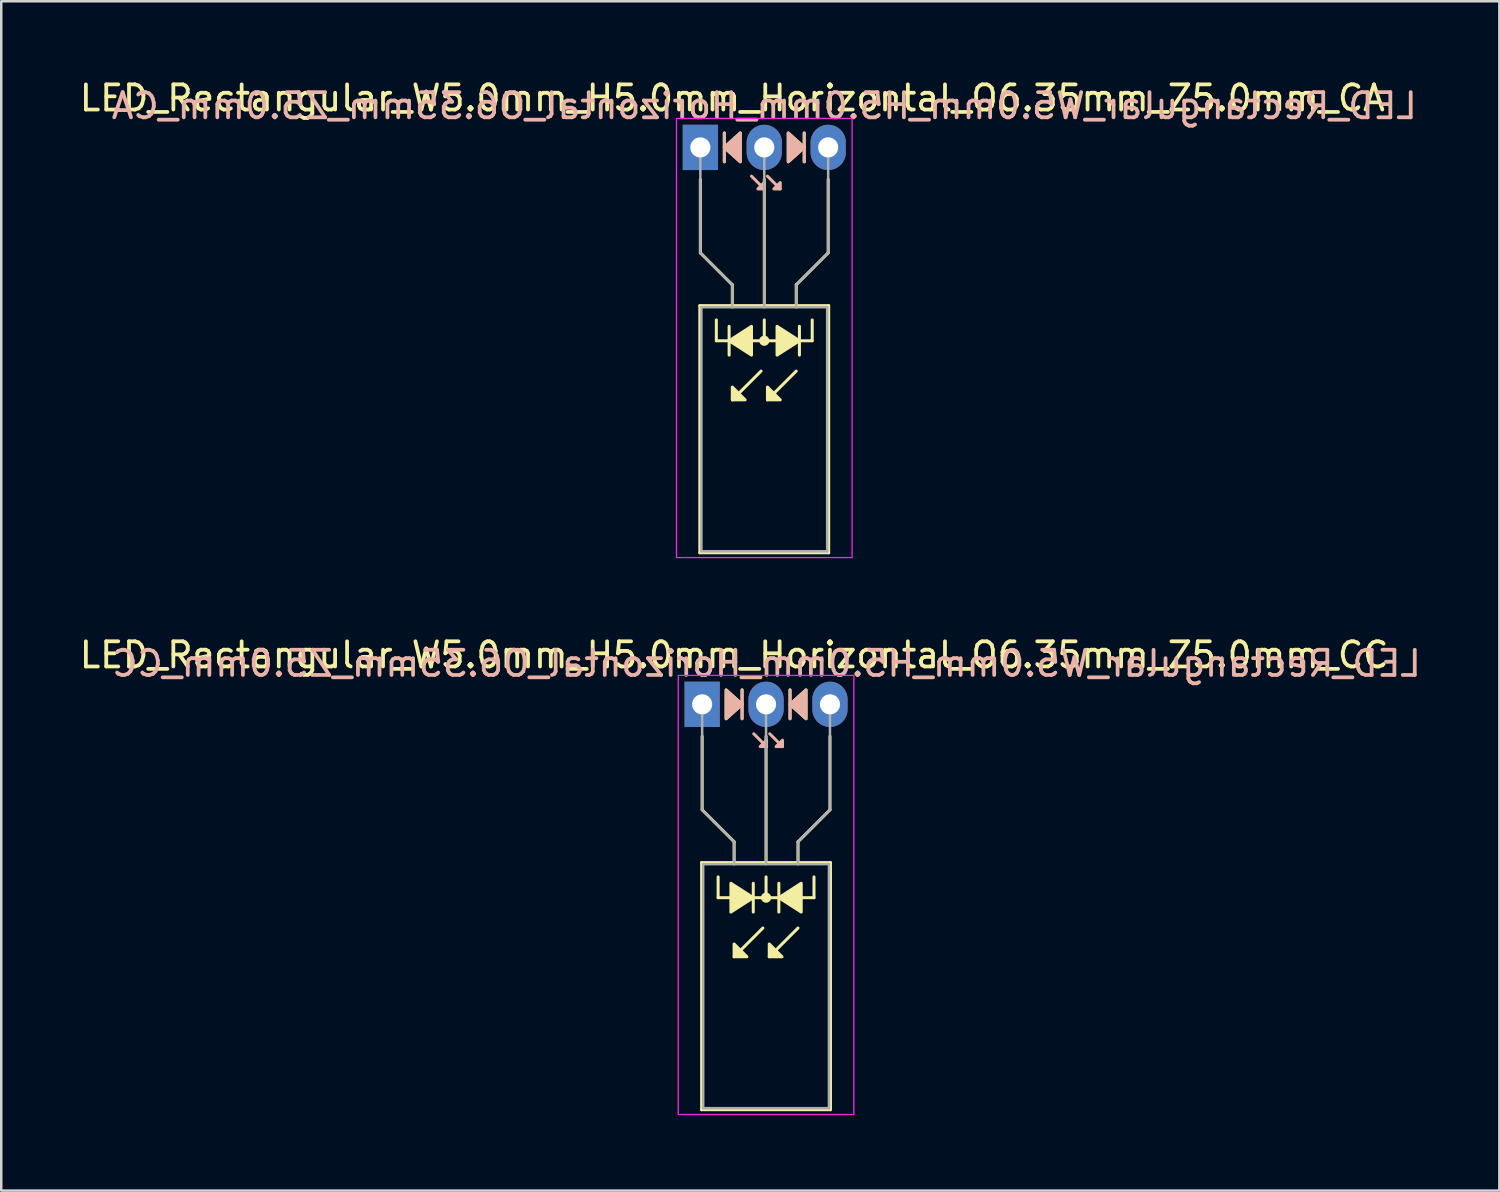
<source format=kicad_pcb>
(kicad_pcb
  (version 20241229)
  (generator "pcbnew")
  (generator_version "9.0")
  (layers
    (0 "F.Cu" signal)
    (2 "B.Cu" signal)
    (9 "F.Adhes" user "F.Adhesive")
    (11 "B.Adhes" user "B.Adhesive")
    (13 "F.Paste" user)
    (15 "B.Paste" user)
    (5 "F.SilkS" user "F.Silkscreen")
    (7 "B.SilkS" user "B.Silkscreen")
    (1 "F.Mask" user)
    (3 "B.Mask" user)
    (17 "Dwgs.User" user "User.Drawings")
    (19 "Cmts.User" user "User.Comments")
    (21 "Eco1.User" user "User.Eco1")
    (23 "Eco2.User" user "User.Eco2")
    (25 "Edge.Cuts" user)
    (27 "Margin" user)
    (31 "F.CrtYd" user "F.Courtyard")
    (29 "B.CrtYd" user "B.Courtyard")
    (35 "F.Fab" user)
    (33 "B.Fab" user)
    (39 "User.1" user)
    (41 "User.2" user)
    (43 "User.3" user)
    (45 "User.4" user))
  (footprint "LED_Rectangular_W5.0mm_H5.0mm_Horizontal_O6.35mm_Z5.0mm_CC"
    (layer "F.Cu")
    (at 24.855 24.942)
    (property "Reference" "LED_Rectangular_W5.0mm_H5.0mm_Horizontal_O6.35mm_Z5.0mm_CC" (at 1.27 -1.96 0) (layer "F.SilkS") (effects (font (size 1 1) (thickness 0.15))))
    (fp_line (start -0.02 6.29) (end -0.02 16.11) (stroke (width 0.12) (type solid)) (layer "F.SilkS"))
    (fp_line (start -0.02 16.11) (end 5.1 16.11) (stroke (width 0.12) (type solid)) (layer "F.SilkS"))
    (fp_line (start 0 1.27) (end 0 4.191) (stroke (width 0.12) (type default)) (layer "F.SilkS"))
    (fp_line (start 0 4.191) (end 1.27 5.461) (stroke (width 0.12) (type default)) (layer "F.SilkS"))
    (fp_line (start 0.635 7.684) (end 0.635 6.858) (stroke (width 0.12) (type default)) (layer "F.SilkS"))
    (fp_line (start 0.635 7.684) (end 4.445 7.684) (stroke (width 0.12) (type default)) (layer "F.SilkS"))
    (fp_line (start 1.27 5.461) (end 1.27 6.29) (stroke (width 0.12) (type default)) (layer "F.SilkS"))
    (fp_line (start 1.27 6.29) (end 1.27 6.29) (stroke (width 0.12) (type solid)) (layer "F.SilkS"))
    (fp_line (start 1.587 0.572) (end 1.587 -0.572) (stroke (width 0.12) (type solid)) (layer "F.SilkS"))
    (fp_line (start 2.032 8.255) (end 2.032 7.112) (stroke (width 0.12) (type solid)) (layer "F.SilkS"))
    (fp_line (start 2.413 8.89) (end 1.27 10.033) (stroke (width 0.12) (type solid)) (layer "F.SilkS"))
    (fp_line (start 2.54 6.29) (end 2.54 1.27) (stroke (width 0.12) (type default)) (layer "F.SilkS"))
    (fp_line (start 2.54 7.684) (end 2.54 6.858) (stroke (width 0.12) (type default)) (layer "F.SilkS"))
    (fp_line (start 3.048 7.112) (end 3.048 8.255) (stroke (width 0.12) (type solid)) (layer "F.SilkS"))
    (fp_line (start 3.493 -0.572) (end 3.493 0.572) (stroke (width 0.12) (type solid)) (layer "F.SilkS"))
    (fp_line (start 3.81 5.461) (end 3.81 6.29) (stroke (width 0.12) (type default)) (layer "F.SilkS"))
    (fp_line (start 3.81 6.29) (end 3.81 6.29) (stroke (width 0.12) (type solid)) (layer "F.SilkS"))
    (fp_line (start 3.81 8.89) (end 2.667 10.033) (stroke (width 0.12) (type solid)) (layer "F.SilkS"))
    (fp_line (start 4.445 7.684) (end 4.445 6.858) (stroke (width 0.12) (type default)) (layer "F.SilkS"))
    (fp_line (start 5.08 1.27) (end 5.08 4.191) (stroke (width 0.12) (type default)) (layer "F.SilkS"))
    (fp_line (start 5.08 4.191) (end 3.81 5.461) (stroke (width 0.12) (type default)) (layer "F.SilkS"))
    (fp_line (start 5.1 6.29) (end -0.02 6.29) (stroke (width 0.12) (type solid)) (layer "F.SilkS"))
    (fp_line (start 5.1 16.11) (end 5.1 6.29) (stroke (width 0.12) (type solid)) (layer "F.SilkS"))
    (fp_circle (center 2.54 7.684) (end 2.682 7.684) (stroke (width 0.12) (type solid)) (fill yes) (layer "F.SilkS"))
    (fp_poly (pts (xy 0.953 -0.572) (xy 1.587 0) (xy 0.953 0.572)) (stroke (width 0.12) (type solid)) (fill yes) (layer "F.SilkS"))
    (fp_poly (pts (xy 1.143 7.112) (xy 2.032 7.684) (xy 1.143 8.255)) (stroke (width 0.12) (type solid)) (fill yes) (layer "F.SilkS"))
    (fp_poly (pts (xy 1.27 9.525) (xy 1.778 10.033) (xy 1.27 10.033)) (stroke (width 0.12) (type solid)) (fill yes) (layer "F.SilkS"))
    (fp_poly (pts (xy 2.667 9.525) (xy 3.175 10.033) (xy 2.667 10.033)) (stroke (width 0.12) (type solid)) (fill yes) (layer "F.SilkS"))
    (fp_poly (pts (xy 3.937 8.255) (xy 3.048 7.684) (xy 3.937 7.112)) (stroke (width 0.12) (type solid)) (fill yes) (layer "F.SilkS"))
    (fp_poly (pts (xy 4.128 0.572) (xy 3.493 0) (xy 4.128 -0.572)) (stroke (width 0.12) (type solid)) (fill yes) (layer "F.SilkS"))
    (fp_line (start 1.587 0.572) (end 1.587 -0.572) (stroke (width 0.12) (type solid)) (layer "B.SilkS"))
    (fp_line (start 2.559 1.679) (end 2.051 1.171) (stroke (width 0.12) (type solid)) (layer "B.SilkS"))
    (fp_line (start 3.194 1.679) (end 2.686 1.171) (stroke (width 0.12) (type solid)) (layer "B.SilkS"))
    (fp_line (start 3.493 -0.572) (end 3.493 0.572) (stroke (width 0.12) (type solid)) (layer "B.SilkS"))
    (fp_poly (pts (xy 0.953 0.572) (xy 1.587 0) (xy 0.953 -0.572)) (stroke (width 0.12) (type solid)) (fill yes) (layer "B.SilkS"))
    (fp_poly (pts (xy 2.559 1.425) (xy 2.305 1.679) (xy 2.559 1.679)) (stroke (width 0.12) (type solid)) (fill yes) (layer "B.SilkS"))
    (fp_poly (pts (xy 3.194 1.425) (xy 2.94 1.679) (xy 3.194 1.679)) (stroke (width 0.12) (type solid)) (fill yes) (layer "B.SilkS"))
    (fp_poly (pts (xy 4.128 0.572) (xy 3.493 0) (xy 4.128 -0.572)) (stroke (width 0.12) (type solid)) (fill yes) (layer "B.SilkS"))
    (fp_rect (start -0.95 -1.15) (end 6.03 16.3) (stroke (width 0.05) (type default)) (fill no) (layer "F.CrtYd"))
    (fp_line (start 0 0) (end 0 0) (stroke (width 0.1) (type solid)) (layer "F.Fab"))
    (fp_line (start 0 4.191) (end 0 0) (stroke (width 0.1) (type default)) (layer "F.Fab"))
    (fp_line (start 0.04 6.35) (end 0.04 16.05) (stroke (width 0.1) (type solid)) (layer "F.Fab"))
    (fp_line (start 0.04 16.05) (end 5.04 16.05) (stroke (width 0.1) (type solid)) (layer "F.Fab"))
    (fp_line (start 1.27 5.461) (end 0 4.191) (stroke (width 0.1) (type default)) (layer "F.Fab"))
    (fp_line (start 1.27 5.461) (end 1.27 6.35) (stroke (width 0.1) (type default)) (layer "F.Fab"))
    (fp_line (start 1.27 6.35) (end 1.27 6.35) (stroke (width 0.1) (type solid)) (layer "F.Fab"))
    (fp_line (start 2.54 0) (end 2.54 0) (stroke (width 0.1) (type solid)) (layer "F.Fab"))
    (fp_line (start 2.54 0) (end 2.54 6.35) (stroke (width 0.1) (type default)) (layer "F.Fab"))
    (fp_line (start 3.81 5.461) (end 3.81 6.35) (stroke (width 0.1) (type default)) (layer "F.Fab"))
    (fp_line (start 3.81 5.461) (end 5.08 4.191) (stroke (width 0.1) (type default)) (layer "F.Fab"))
    (fp_line (start 3.81 6.35) (end 3.81 6.35) (stroke (width 0.1) (type solid)) (layer "F.Fab"))
    (fp_line (start 5.04 6.35) (end 0.04 6.35) (stroke (width 0.1) (type solid)) (layer "F.Fab"))
    (fp_line (start 5.04 16.05) (end 5.04 6.35) (stroke (width 0.1) (type solid)) (layer "F.Fab"))
    (fp_line (start 5.08 4.191) (end 5.08 0) (stroke (width 0.1) (type default)) (layer "F.Fab"))
    (fp_text user "${REFERENCE}" (at 2.559 -1.623 0) (layer "B.SilkS") (effects (font (size 1 1) (thickness 0.15)) (justify mirror)))
    (pad "1" thru_hole rect (at 0 0) (size 1.4 1.8) (drill 0.8) (layers "*.Cu" "*.Mask"))
    (pad "2" thru_hole oval (at 2.54 0) (size 1.4 1.8) (drill 0.8) (layers "*.Cu" "*.Mask"))
    (pad "3" thru_hole oval (at 5.08 0) (size 1.4 1.8) (drill 0.8) (layers "*.Cu" "*.Mask")))
  (footprint "LED_Rectangular_W5.0mm_H5.0mm_Horizontal_O6.35mm_Z5.0mm_CA"
    (layer "F.Cu")
    (at 24.784 2.808)
    (property "Reference" "LED_Rectangular_W5.0mm_H5.0mm_Horizontal_O6.35mm_Z5.0mm_CA" (at 1.27 -1.96 0) (layer "F.SilkS") (effects (font (size 1 1) (thickness 0.15))))
    (fp_line (start -0.02 6.29) (end -0.02 16.11) (stroke (width 0.12) (type solid)) (layer "F.SilkS"))
    (fp_line (start -0.02 16.11) (end 5.1 16.11) (stroke (width 0.12) (type solid)) (layer "F.SilkS"))
    (fp_line (start 0 1.27) (end 0 4.191) (stroke (width 0.12) (type default)) (layer "F.SilkS"))
    (fp_line (start 0 4.191) (end 1.27 5.461) (stroke (width 0.12) (type default)) (layer "F.SilkS"))
    (fp_line (start 0.635 7.684) (end 0.635 6.858) (stroke (width 0.12) (type default)) (layer "F.SilkS"))
    (fp_line (start 0.635 7.684) (end 4.445 7.684) (stroke (width 0.12) (type default)) (layer "F.SilkS"))
    (fp_line (start 0.953 -0.572) (end 0.953 0.572) (stroke (width 0.12) (type solid)) (layer "F.SilkS"))
    (fp_line (start 1.143 7.112) (end 1.143 8.255) (stroke (width 0.12) (type solid)) (layer "F.SilkS"))
    (fp_line (start 1.27 5.461) (end 1.27 6.29) (stroke (width 0.12) (type default)) (layer "F.SilkS"))
    (fp_line (start 1.27 6.29) (end 1.27 6.29) (stroke (width 0.12) (type solid)) (layer "F.SilkS"))
    (fp_line (start 2.413 8.89) (end 1.27 10.033) (stroke (width 0.12) (type solid)) (layer "F.SilkS"))
    (fp_line (start 2.54 6.29) (end 2.54 1.27) (stroke (width 0.12) (type default)) (layer "F.SilkS"))
    (fp_line (start 2.54 7.684) (end 2.54 6.858) (stroke (width 0.12) (type default)) (layer "F.SilkS"))
    (fp_line (start 3.81 5.461) (end 3.81 6.29) (stroke (width 0.12) (type default)) (layer "F.SilkS"))
    (fp_line (start 3.81 6.29) (end 3.81 6.29) (stroke (width 0.12) (type solid)) (layer "F.SilkS"))
    (fp_line (start 3.81 8.89) (end 2.667 10.033) (stroke (width 0.12) (type solid)) (layer "F.SilkS"))
    (fp_line (start 3.937 8.255) (end 3.937 7.112) (stroke (width 0.12) (type solid)) (layer "F.SilkS"))
    (fp_line (start 4.128 0.572) (end 4.128 -0.572) (stroke (width 0.12) (type solid)) (layer "F.SilkS"))
    (fp_line (start 4.445 7.684) (end 4.445 6.858) (stroke (width 0.12) (type default)) (layer "F.SilkS"))
    (fp_line (start 5.08 1.27) (end 5.08 4.191) (stroke (width 0.12) (type default)) (layer "F.SilkS"))
    (fp_line (start 5.08 4.191) (end 3.81 5.461) (stroke (width 0.12) (type default)) (layer "F.SilkS"))
    (fp_line (start 5.1 6.29) (end -0.02 6.29) (stroke (width 0.12) (type solid)) (layer "F.SilkS"))
    (fp_line (start 5.1 16.11) (end 5.1 6.29) (stroke (width 0.12) (type solid)) (layer "F.SilkS"))
    (fp_circle (center 2.54 7.684) (end 2.682 7.684) (stroke (width 0.12) (type solid)) (fill yes) (layer "F.SilkS"))
    (fp_poly (pts (xy 1.27 9.525) (xy 1.778 10.033) (xy 1.27 10.033)) (stroke (width 0.12) (type solid)) (fill yes) (layer "F.SilkS"))
    (fp_poly (pts (xy 1.587 0.572) (xy 0.953 0) (xy 1.587 -0.572)) (stroke (width 0.12) (type solid)) (fill yes) (layer "F.SilkS"))
    (fp_poly (pts (xy 2.032 8.255) (xy 1.143 7.684) (xy 2.032 7.112)) (stroke (width 0.12) (type solid)) (fill yes) (layer "F.SilkS"))
    (fp_poly (pts (xy 2.667 9.525) (xy 3.175 10.033) (xy 2.667 10.033)) (stroke (width 0.12) (type solid)) (fill yes) (layer "F.SilkS"))
    (fp_poly (pts (xy 3.048 7.112) (xy 3.937 7.684) (xy 3.048 8.255)) (stroke (width 0.12) (type solid)) (fill yes) (layer "F.SilkS"))
    (fp_poly (pts (xy 3.493 -0.572) (xy 4.128 0) (xy 3.493 0.572)) (stroke (width 0.12) (type solid)) (fill yes) (layer "F.SilkS"))
    (fp_line (start 0.953 -0.572) (end 0.953 0.572) (stroke (width 0.12) (type solid)) (layer "B.SilkS"))
    (fp_line (start 2.54 1.651) (end 2.032 1.143) (stroke (width 0.12) (type solid)) (layer "B.SilkS"))
    (fp_line (start 3.175 1.651) (end 2.667 1.143) (stroke (width 0.12) (type solid)) (layer "B.SilkS"))
    (fp_line (start 4.128 0.572) (end 4.128 -0.572) (stroke (width 0.12) (type solid)) (layer "B.SilkS"))
    (fp_poly (pts (xy 1.587 0.572) (xy 0.953 0) (xy 1.587 -0.572)) (stroke (width 0.12) (type solid)) (fill yes) (layer "B.SilkS"))
    (fp_poly (pts (xy 2.54 1.397) (xy 2.286 1.651) (xy 2.54 1.651)) (stroke (width 0.12) (type solid)) (fill yes) (layer "B.SilkS"))
    (fp_poly (pts (xy 3.175 1.397) (xy 2.921 1.651) (xy 3.175 1.651)) (stroke (width 0.12) (type solid)) (fill yes) (layer "B.SilkS"))
    (fp_poly (pts (xy 3.493 0.572) (xy 4.128 0) (xy 3.493 -0.572)) (stroke (width 0.12) (type solid)) (fill yes) (layer "B.SilkS"))
    (fp_rect (start -0.95 -1.15) (end 6.03 16.3) (stroke (width 0.05) (type default)) (fill no) (layer "F.CrtYd"))
    (fp_line (start 0 0) (end 0 0) (stroke (width 0.1) (type solid)) (layer "F.Fab"))
    (fp_line (start 0 4.191) (end 0 0) (stroke (width 0.1) (type default)) (layer "F.Fab"))
    (fp_line (start 0.04 6.35) (end 0.04 16.05) (stroke (width 0.1) (type solid)) (layer "F.Fab"))
    (fp_line (start 0.04 16.05) (end 5.04 16.05) (stroke (width 0.1) (type solid)) (layer "F.Fab"))
    (fp_line (start 1.27 5.461) (end 0 4.191) (stroke (width 0.1) (type default)) (layer "F.Fab"))
    (fp_line (start 1.27 5.461) (end 1.27 6.35) (stroke (width 0.1) (type default)) (layer "F.Fab"))
    (fp_line (start 1.27 6.35) (end 1.27 6.35) (stroke (width 0.1) (type solid)) (layer "F.Fab"))
    (fp_line (start 2.54 0) (end 2.54 0) (stroke (width 0.1) (type solid)) (layer "F.Fab"))
    (fp_line (start 2.54 0) (end 2.54 6.35) (stroke (width 0.1) (type default)) (layer "F.Fab"))
    (fp_line (start 3.81 5.461) (end 3.81 6.35) (stroke (width 0.1) (type default)) (layer "F.Fab"))
    (fp_line (start 3.81 5.461) (end 5.08 4.191) (stroke (width 0.1) (type default)) (layer "F.Fab"))
    (fp_line (start 3.81 6.35) (end 3.81 6.35) (stroke (width 0.1) (type solid)) (layer "F.Fab"))
    (fp_line (start 5.04 6.35) (end 0.04 6.35) (stroke (width 0.1) (type solid)) (layer "F.Fab"))
    (fp_line (start 5.04 16.05) (end 5.04 6.35) (stroke (width 0.1) (type solid)) (layer "F.Fab"))
    (fp_line (start 5.08 4.191) (end 5.08 0) (stroke (width 0.1) (type default)) (layer "F.Fab"))
    (fp_text user "${REFERENCE}" (at 2.54 -1.651 0) (layer "B.SilkS") (effects (font (size 1 1) (thickness 0.15)) (justify mirror)))
    (pad "1" thru_hole rect (at 0 0) (size 1.4 1.8) (drill 0.8) (layers "*.Cu" "*.Mask"))
    (pad "2" thru_hole oval (at 2.54 0) (size 1.4 1.8) (drill 0.8) (layers "*.Cu" "*.Mask"))
    (pad "3" thru_hole oval (at 5.08 0) (size 1.4 1.8) (drill 0.8) (layers "*.Cu" "*.Mask")))
  (gr_rect
    (start -3 -3)
    (end 56.539 44.267)
    (stroke (width 0.1) (type default))
    (fill no)
    (layer "Edge.Cuts")))
</source>
